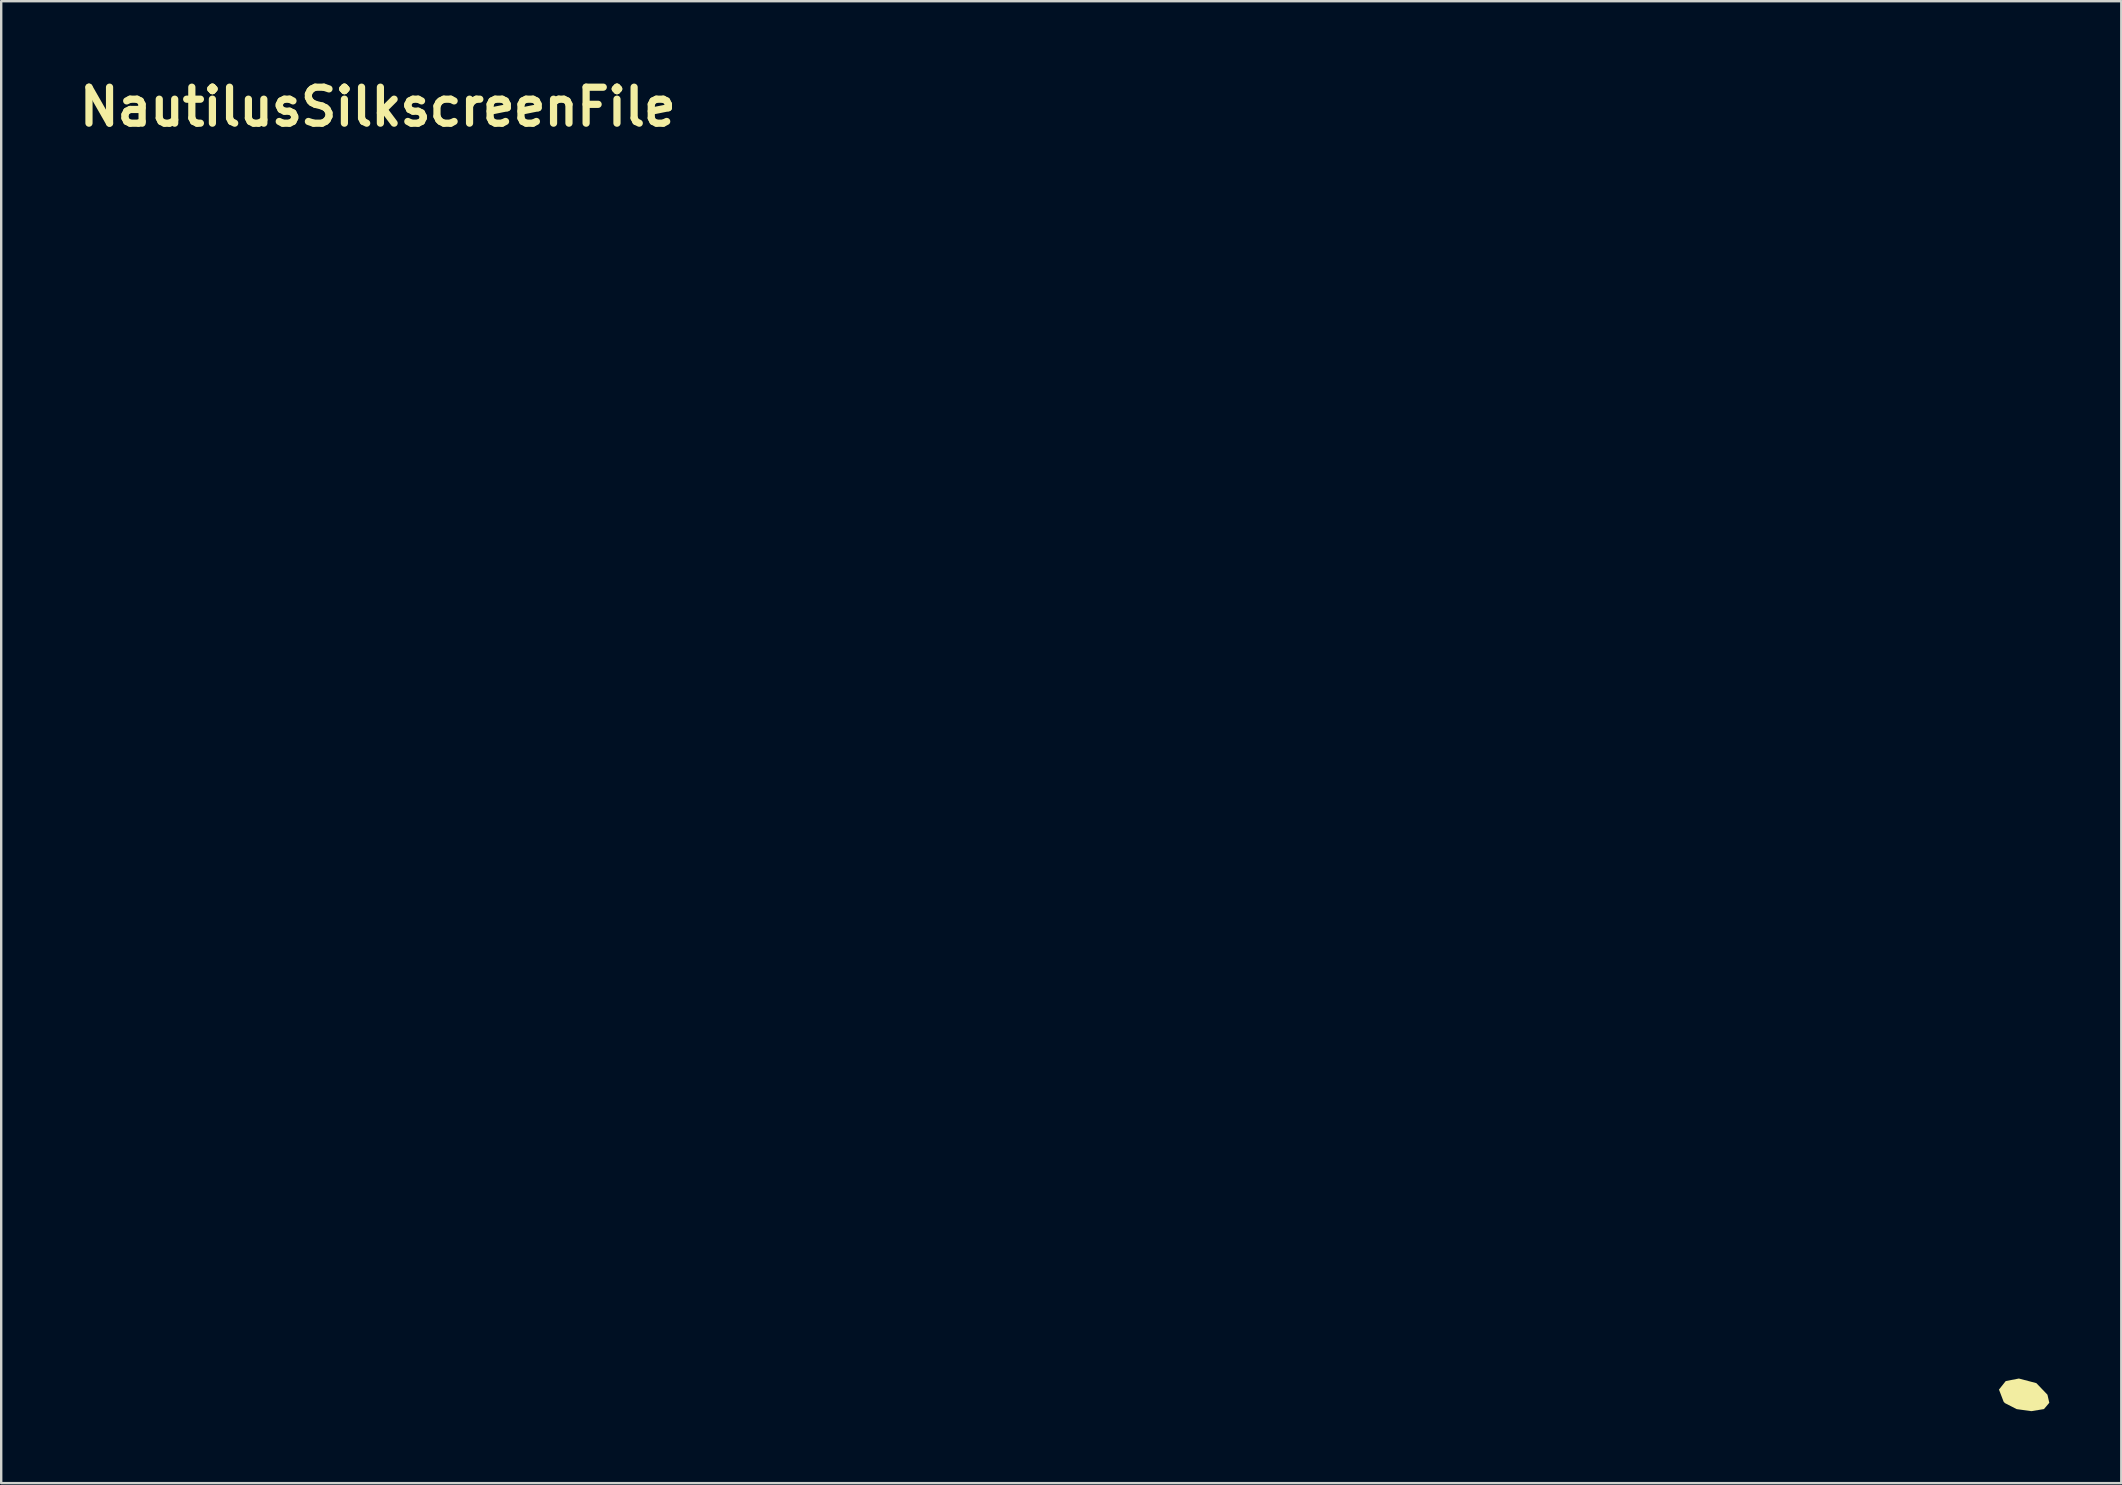
<source format=kicad_pcb>
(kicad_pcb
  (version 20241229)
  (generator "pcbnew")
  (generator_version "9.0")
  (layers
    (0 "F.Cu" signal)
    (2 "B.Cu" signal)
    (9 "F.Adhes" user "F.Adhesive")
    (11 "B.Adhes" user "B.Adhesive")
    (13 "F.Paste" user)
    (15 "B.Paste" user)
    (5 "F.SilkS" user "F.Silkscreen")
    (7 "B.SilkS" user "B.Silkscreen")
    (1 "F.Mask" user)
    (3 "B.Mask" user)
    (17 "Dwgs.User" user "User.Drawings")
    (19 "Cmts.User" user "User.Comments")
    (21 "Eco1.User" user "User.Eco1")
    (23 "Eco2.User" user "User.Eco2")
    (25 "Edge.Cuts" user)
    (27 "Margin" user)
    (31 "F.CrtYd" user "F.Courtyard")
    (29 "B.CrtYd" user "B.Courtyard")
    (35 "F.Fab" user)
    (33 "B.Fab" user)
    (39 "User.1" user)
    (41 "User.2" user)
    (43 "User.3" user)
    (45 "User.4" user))
  (footprint "NautilusSilkscreenFile"
    (layer "F.Cu")
    (at 12.693 1.404)
    (property "Reference" "NautilusSilkscreenFile" (at 0 0 0) (layer "F.SilkS") (effects (font (size 1.5 1.5) (thickness 0.3))))
    (attr board_only exclude_from_pos_files exclude_from_bom)
    (fp_poly (pts (xy 69.106 53.177) (xy 69.568 53.659) (xy 69.645 53.995) (xy 69.423 54.258) (xy 68.899 54.345) (xy 68.285 54.26) (xy 67.796 54.009) (xy 67.743 53.953) (xy 67.548 53.445) (xy 67.83 53.091) (xy 68.378 52.985)) (stroke (width 0) (type solid)) (fill yes) (layer "F.SilkS")))
  (gr_rect
    (start -3 -3)
    (end 85.338 58.749)
    (stroke (width 0.1) (type default))
    (fill no)
    (layer "Edge.Cuts")))
</source>
